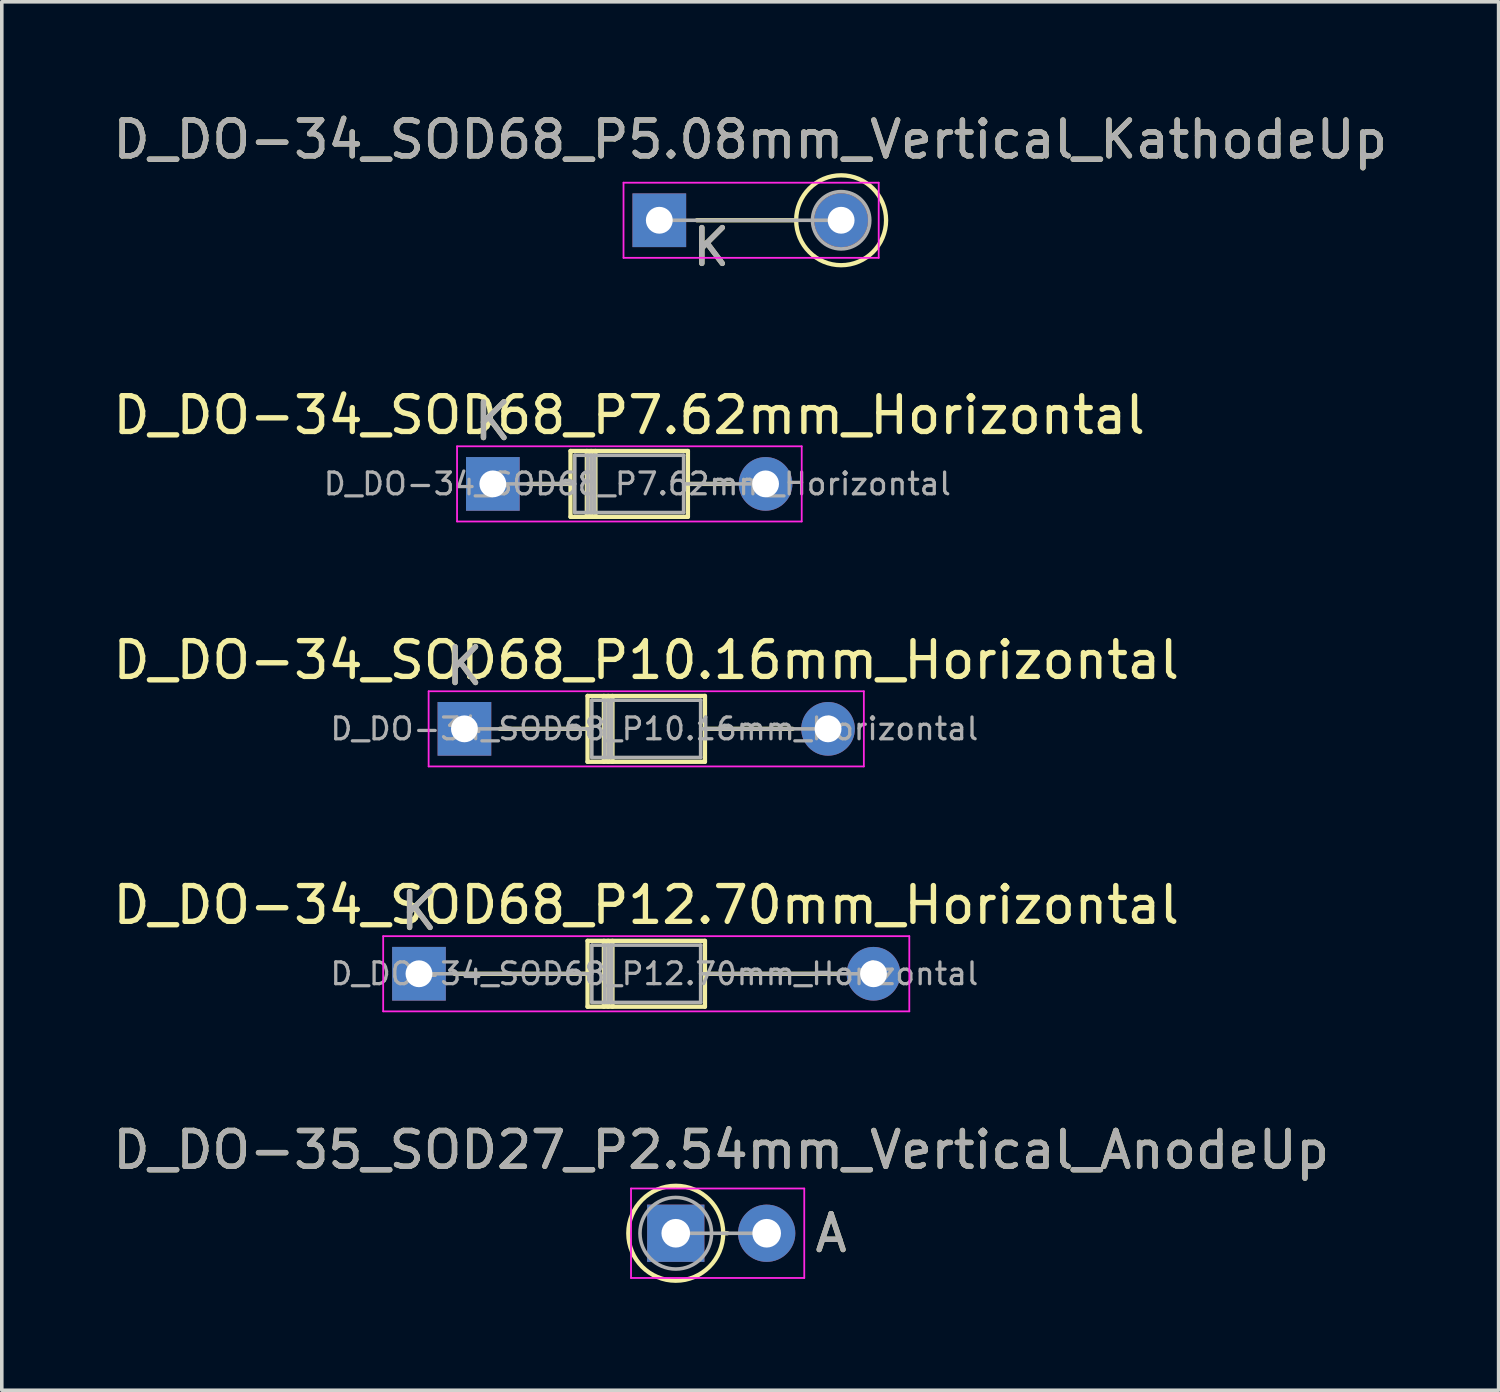
<source format=kicad_pcb>
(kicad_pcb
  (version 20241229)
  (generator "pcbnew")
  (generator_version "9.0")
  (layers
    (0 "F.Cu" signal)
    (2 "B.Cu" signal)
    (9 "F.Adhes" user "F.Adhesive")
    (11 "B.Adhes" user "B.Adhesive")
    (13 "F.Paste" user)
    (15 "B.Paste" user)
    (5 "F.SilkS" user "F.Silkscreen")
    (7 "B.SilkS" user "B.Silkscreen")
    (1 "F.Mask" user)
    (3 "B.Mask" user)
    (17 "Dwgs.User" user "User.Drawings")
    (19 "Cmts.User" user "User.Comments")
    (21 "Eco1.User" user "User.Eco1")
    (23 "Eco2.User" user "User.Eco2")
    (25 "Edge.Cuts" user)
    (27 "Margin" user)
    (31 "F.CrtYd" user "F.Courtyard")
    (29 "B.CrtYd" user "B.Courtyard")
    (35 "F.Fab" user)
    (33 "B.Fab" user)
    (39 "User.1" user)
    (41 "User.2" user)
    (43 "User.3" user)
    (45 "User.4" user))
  (footprint "D_DO-34_SOD68_P12.70mm_Horizontal"
    (layer "F.Cu")
    (at 8.656 24.157)
    (property "Reference" "D_DO-34_SOD68_P12.70mm_Horizontal" (at 6.35 -1.92 0) (layer "F.SilkS") (effects (font (size 1 1) (thickness 0.15))))
    (attr through_hole)
    (fp_line (start 0.99 0) (end 4.71 0) (stroke (width 0.12) (type solid)) (layer "F.SilkS"))
    (fp_line (start 4.71 -0.92) (end 4.71 0.92) (stroke (width 0.12) (type solid)) (layer "F.SilkS"))
    (fp_line (start 4.71 0.92) (end 7.99 0.92) (stroke (width 0.12) (type solid)) (layer "F.SilkS"))
    (fp_line (start 5.166 -0.92) (end 5.166 0.92) (stroke (width 0.12) (type solid)) (layer "F.SilkS"))
    (fp_line (start 5.286 -0.92) (end 5.286 0.92) (stroke (width 0.12) (type solid)) (layer "F.SilkS"))
    (fp_line (start 5.406 -0.92) (end 5.406 0.92) (stroke (width 0.12) (type solid)) (layer "F.SilkS"))
    (fp_line (start 7.99 -0.92) (end 4.71 -0.92) (stroke (width 0.12) (type solid)) (layer "F.SilkS"))
    (fp_line (start 7.99 0.92) (end 7.99 -0.92) (stroke (width 0.12) (type solid)) (layer "F.SilkS"))
    (fp_line (start 11.71 0) (end 7.99 0) (stroke (width 0.12) (type solid)) (layer "F.SilkS"))
    (fp_line (start -1 -1.05) (end -1 1.05) (stroke (width 0.05) (type solid)) (layer "F.CrtYd"))
    (fp_line (start -1 1.05) (end 13.7 1.05) (stroke (width 0.05) (type solid)) (layer "F.CrtYd"))
    (fp_line (start 13.7 -1.05) (end -1 -1.05) (stroke (width 0.05) (type solid)) (layer "F.CrtYd"))
    (fp_line (start 13.7 1.05) (end 13.7 -1.05) (stroke (width 0.05) (type solid)) (layer "F.CrtYd"))
    (fp_line (start 0 0) (end 4.83 0) (stroke (width 0.1) (type solid)) (layer "F.Fab"))
    (fp_line (start 4.83 -0.8) (end 4.83 0.8) (stroke (width 0.1) (type solid)) (layer "F.Fab"))
    (fp_line (start 4.83 0.8) (end 7.87 0.8) (stroke (width 0.1) (type solid)) (layer "F.Fab"))
    (fp_line (start 5.186 -0.8) (end 5.186 0.8) (stroke (width 0.1) (type solid)) (layer "F.Fab"))
    (fp_line (start 5.286 -0.8) (end 5.286 0.8) (stroke (width 0.1) (type solid)) (layer "F.Fab"))
    (fp_line (start 5.386 -0.8) (end 5.386 0.8) (stroke (width 0.1) (type solid)) (layer "F.Fab"))
    (fp_line (start 7.87 -0.8) (end 4.83 -0.8) (stroke (width 0.1) (type solid)) (layer "F.Fab"))
    (fp_line (start 7.87 0.8) (end 7.87 -0.8) (stroke (width 0.1) (type solid)) (layer "F.Fab"))
    (fp_line (start 12.7 0) (end 7.87 0) (stroke (width 0.1) (type solid)) (layer "F.Fab"))
    (fp_text user "K" (at 0 -1.75 0) (layer "F.SilkS") (effects (font (size 1 1) (thickness 0.15))))
    (fp_text user "${REFERENCE}" (at 6.578 0 0) (layer "F.Fab") (effects (font (size 0.608 0.608) (thickness 0.091))))
    (fp_text user "K" (at 0 -1.75 0) (layer "F.Fab") (effects (font (size 1 1) (thickness 0.15))))
    (pad "1" thru_hole rect (at 0 0) (size 1.5 1.5) (drill 0.75) (layers "*.Cu" "*.Mask"))
    (pad "2" thru_hole oval (at 12.7 0) (size 1.5 1.5) (drill 0.75) (layers "*.Cu" "*.Mask")))
  (footprint "D_DO-34_SOD68_P10.16mm_Horizontal"
    (layer "F.Cu")
    (at 9.926 17.314)
    (property "Reference" "D_DO-34_SOD68_P10.16mm_Horizontal" (at 5.08 -1.92 0) (layer "F.SilkS") (effects (font (size 1 1) (thickness 0.15))))
    (attr through_hole)
    (fp_line (start 0.99 0) (end 3.44 0) (stroke (width 0.12) (type solid)) (layer "F.SilkS"))
    (fp_line (start 3.44 -0.92) (end 3.44 0.92) (stroke (width 0.12) (type solid)) (layer "F.SilkS"))
    (fp_line (start 3.44 0.92) (end 6.72 0.92) (stroke (width 0.12) (type solid)) (layer "F.SilkS"))
    (fp_line (start 3.896 -0.92) (end 3.896 0.92) (stroke (width 0.12) (type solid)) (layer "F.SilkS"))
    (fp_line (start 4.016 -0.92) (end 4.016 0.92) (stroke (width 0.12) (type solid)) (layer "F.SilkS"))
    (fp_line (start 4.136 -0.92) (end 4.136 0.92) (stroke (width 0.12) (type solid)) (layer "F.SilkS"))
    (fp_line (start 6.72 -0.92) (end 3.44 -0.92) (stroke (width 0.12) (type solid)) (layer "F.SilkS"))
    (fp_line (start 6.72 0.92) (end 6.72 -0.92) (stroke (width 0.12) (type solid)) (layer "F.SilkS"))
    (fp_line (start 9.17 0) (end 6.72 0) (stroke (width 0.12) (type solid)) (layer "F.SilkS"))
    (fp_line (start -1 -1.05) (end -1 1.05) (stroke (width 0.05) (type solid)) (layer "F.CrtYd"))
    (fp_line (start -1 1.05) (end 11.16 1.05) (stroke (width 0.05) (type solid)) (layer "F.CrtYd"))
    (fp_line (start 11.16 -1.05) (end -1 -1.05) (stroke (width 0.05) (type solid)) (layer "F.CrtYd"))
    (fp_line (start 11.16 1.05) (end 11.16 -1.05) (stroke (width 0.05) (type solid)) (layer "F.CrtYd"))
    (fp_line (start 0 0) (end 3.56 0) (stroke (width 0.1) (type solid)) (layer "F.Fab"))
    (fp_line (start 3.56 -0.8) (end 3.56 0.8) (stroke (width 0.1) (type solid)) (layer "F.Fab"))
    (fp_line (start 3.56 0.8) (end 6.6 0.8) (stroke (width 0.1) (type solid)) (layer "F.Fab"))
    (fp_line (start 3.916 -0.8) (end 3.916 0.8) (stroke (width 0.1) (type solid)) (layer "F.Fab"))
    (fp_line (start 4.016 -0.8) (end 4.016 0.8) (stroke (width 0.1) (type solid)) (layer "F.Fab"))
    (fp_line (start 4.116 -0.8) (end 4.116 0.8) (stroke (width 0.1) (type solid)) (layer "F.Fab"))
    (fp_line (start 6.6 -0.8) (end 3.56 -0.8) (stroke (width 0.1) (type solid)) (layer "F.Fab"))
    (fp_line (start 6.6 0.8) (end 6.6 -0.8) (stroke (width 0.1) (type solid)) (layer "F.Fab"))
    (fp_line (start 10.16 0) (end 6.6 0) (stroke (width 0.1) (type solid)) (layer "F.Fab"))
    (fp_text user "K" (at 0 -1.75 0) (layer "F.SilkS") (effects (font (size 1 1) (thickness 0.15))))
    (fp_text user "K" (at 0 -1.75 0) (layer "F.Fab") (effects (font (size 1 1) (thickness 0.15))))
    (fp_text user "${REFERENCE}" (at 5.308 0 0) (layer "F.Fab") (effects (font (size 0.608 0.608) (thickness 0.091))))
    (pad "1" thru_hole rect (at 0 0) (size 1.5 1.5) (drill 0.75) (layers "*.Cu" "*.Mask"))
    (pad "2" thru_hole oval (at 10.16 0) (size 1.5 1.5) (drill 0.75) (layers "*.Cu" "*.Mask")))
  (footprint "D_DO-34_SOD68_P5.08mm_Vertical_KathodeUp"
    (layer "F.Cu")
    (at 15.371 3.104)
    (property "Reference" "D_DO-34_SOD68_P5.08mm_Vertical_KathodeUp" (at 2.54 -2.256 0) (layer "F.SilkS") (effects (font (size 1 1) (thickness 0.15))))
    (attr through_hole)
    (fp_line (start 3.824 0) (end 1.05 0) (stroke (width 0.12) (type solid)) (layer "F.SilkS"))
    (fp_circle (center 5.08 0) (end 6.336 0) (stroke (width 0.12) (type solid)) (fill no) (layer "F.SilkS"))
    (fp_line (start -1 -1.05) (end -1 1.05) (stroke (width 0.05) (type solid)) (layer "F.CrtYd"))
    (fp_line (start -1 1.05) (end 6.13 1.05) (stroke (width 0.05) (type solid)) (layer "F.CrtYd"))
    (fp_line (start 6.13 -1.05) (end -1 -1.05) (stroke (width 0.05) (type solid)) (layer "F.CrtYd"))
    (fp_line (start 6.13 1.05) (end 6.13 -1.05) (stroke (width 0.05) (type solid)) (layer "F.CrtYd"))
    (fp_line (start 0 0) (end 5.08 0) (stroke (width 0.1) (type solid)) (layer "F.Fab"))
    (fp_circle (center 5.08 0) (end 5.88 0) (stroke (width 0.1) (type solid)) (fill no) (layer "F.Fab"))
    (fp_text user "K" (at 1.45 0.75 0) (layer "F.SilkS") (effects (font (size 1 1) (thickness 0.15))))
    (fp_text user "${REFERENCE}" (at 2.54 -2.256 0) (layer "F.Fab") (effects (font (size 1 1) (thickness 0.15))))
    (fp_text user "K" (at 1.45 0.75 0) (layer "F.Fab") (effects (font (size 1 1) (thickness 0.15))))
    (pad "1" thru_hole rect (at 0 0) (size 1.5 1.5) (drill 0.75) (layers "*.Cu" "*.Mask"))
    (pad "2" thru_hole oval (at 5.08 0) (size 1.5 1.5) (drill 0.75) (layers "*.Cu" "*.Mask")))
  (footprint "D_DO-35_SOD27_P2.54mm_Vertical_AnodeUp"
    (layer "F.Cu")
    (at 15.831 31.407)
    (property "Reference" "D_DO-35_SOD27_P2.54mm_Vertical_AnodeUp" (at 1.27 -2.326 0) (layer "F.SilkS") (effects (font (size 1 1) (thickness 0.15))))
    (attr through_hole)
    (fp_line (start 1.326 0) (end 1.44 0) (stroke (width 0.12) (type solid)) (layer "F.SilkS"))
    (fp_circle (center 0 0) (end 1.326 0) (stroke (width 0.12) (type solid)) (fill no) (layer "F.SilkS"))
    (fp_line (start -1.25 -1.25) (end -1.25 1.25) (stroke (width 0.05) (type solid)) (layer "F.CrtYd"))
    (fp_line (start -1.25 1.25) (end 3.59 1.25) (stroke (width 0.05) (type solid)) (layer "F.CrtYd"))
    (fp_line (start 3.59 -1.25) (end -1.25 -1.25) (stroke (width 0.05) (type solid)) (layer "F.CrtYd"))
    (fp_line (start 3.59 1.25) (end 3.59 -1.25) (stroke (width 0.05) (type solid)) (layer "F.CrtYd"))
    (fp_line (start 0 0) (end 2.54 0) (stroke (width 0.1) (type solid)) (layer "F.Fab"))
    (fp_circle (center 0 0) (end 1 0) (stroke (width 0.1) (type solid)) (fill no) (layer "F.Fab"))
    (fp_text user "A" (at 4.34 0 0) (layer "F.SilkS") (effects (font (size 1 1) (thickness 0.15))))
    (fp_text user "${REFERENCE}" (at 1.27 -2.326 0) (layer "F.Fab") (effects (font (size 1 1) (thickness 0.15))))
    (fp_text user "A" (at 4.34 0 0) (layer "F.Fab") (effects (font (size 1 1) (thickness 0.15))))
    (pad "1" thru_hole rect (at 0 0) (size 1.6 1.6) (drill 0.8) (layers "*.Cu" "*.Mask"))
    (pad "2" thru_hole oval (at 2.54 0) (size 1.6 1.6) (drill 0.8) (layers "*.Cu" "*.Mask")))
  (footprint "D_DO-34_SOD68_P7.62mm_Horizontal"
    (layer "F.Cu")
    (at 10.72 10.47)
    (property "Reference" "D_DO-34_SOD68_P7.62mm_Horizontal" (at 3.81 -1.92 0) (layer "F.SilkS") (effects (font (size 1 1) (thickness 0.15))))
    (attr through_hole)
    (fp_line (start 0.99 0) (end 2.17 0) (stroke (width 0.12) (type solid)) (layer "F.SilkS"))
    (fp_line (start 2.17 -0.92) (end 2.17 0.92) (stroke (width 0.12) (type solid)) (layer "F.SilkS"))
    (fp_line (start 2.17 0.92) (end 5.45 0.92) (stroke (width 0.12) (type solid)) (layer "F.SilkS"))
    (fp_line (start 2.626 -0.92) (end 2.626 0.92) (stroke (width 0.12) (type solid)) (layer "F.SilkS"))
    (fp_line (start 2.746 -0.92) (end 2.746 0.92) (stroke (width 0.12) (type solid)) (layer "F.SilkS"))
    (fp_line (start 2.866 -0.92) (end 2.866 0.92) (stroke (width 0.12) (type solid)) (layer "F.SilkS"))
    (fp_line (start 5.45 -0.92) (end 2.17 -0.92) (stroke (width 0.12) (type solid)) (layer "F.SilkS"))
    (fp_line (start 5.45 0.92) (end 5.45 -0.92) (stroke (width 0.12) (type solid)) (layer "F.SilkS"))
    (fp_line (start 6.63 0) (end 5.45 0) (stroke (width 0.12) (type solid)) (layer "F.SilkS"))
    (fp_line (start -1 -1.05) (end -1 1.05) (stroke (width 0.05) (type solid)) (layer "F.CrtYd"))
    (fp_line (start -1 1.05) (end 8.63 1.05) (stroke (width 0.05) (type solid)) (layer "F.CrtYd"))
    (fp_line (start 8.63 -1.05) (end -1 -1.05) (stroke (width 0.05) (type solid)) (layer "F.CrtYd"))
    (fp_line (start 8.63 1.05) (end 8.63 -1.05) (stroke (width 0.05) (type solid)) (layer "F.CrtYd"))
    (fp_line (start 0 0) (end 2.29 0) (stroke (width 0.1) (type solid)) (layer "F.Fab"))
    (fp_line (start 2.29 -0.8) (end 2.29 0.8) (stroke (width 0.1) (type solid)) (layer "F.Fab"))
    (fp_line (start 2.29 0.8) (end 5.33 0.8) (stroke (width 0.1) (type solid)) (layer "F.Fab"))
    (fp_line (start 2.646 -0.8) (end 2.646 0.8) (stroke (width 0.1) (type solid)) (layer "F.Fab"))
    (fp_line (start 2.746 -0.8) (end 2.746 0.8) (stroke (width 0.1) (type solid)) (layer "F.Fab"))
    (fp_line (start 2.846 -0.8) (end 2.846 0.8) (stroke (width 0.1) (type solid)) (layer "F.Fab"))
    (fp_line (start 5.33 -0.8) (end 2.29 -0.8) (stroke (width 0.1) (type solid)) (layer "F.Fab"))
    (fp_line (start 5.33 0.8) (end 5.33 -0.8) (stroke (width 0.1) (type solid)) (layer "F.Fab"))
    (fp_line (start 7.62 0) (end 5.33 0) (stroke (width 0.1) (type solid)) (layer "F.Fab"))
    (fp_text user "K" (at 0 -1.75 0) (layer "F.SilkS") (effects (font (size 1 1) (thickness 0.15))))
    (fp_text user "${REFERENCE}" (at 4.038 0 0) (layer "F.Fab") (effects (font (size 0.608 0.608) (thickness 0.091))))
    (fp_text user "K" (at 0 -1.75 0) (layer "F.Fab") (effects (font (size 1 1) (thickness 0.15))))
    (pad "1" thru_hole rect (at 0 0) (size 1.5 1.5) (drill 0.75) (layers "*.Cu" "*.Mask"))
    (pad "2" thru_hole oval (at 7.62 0) (size 1.5 1.5) (drill 0.75) (layers "*.Cu" "*.Mask")))
  (gr_rect
    (start -3 -3)
    (end 38.821 35.793)
    (stroke (width 0.1) (type default))
    (fill no)
    (layer "Edge.Cuts")))
</source>
